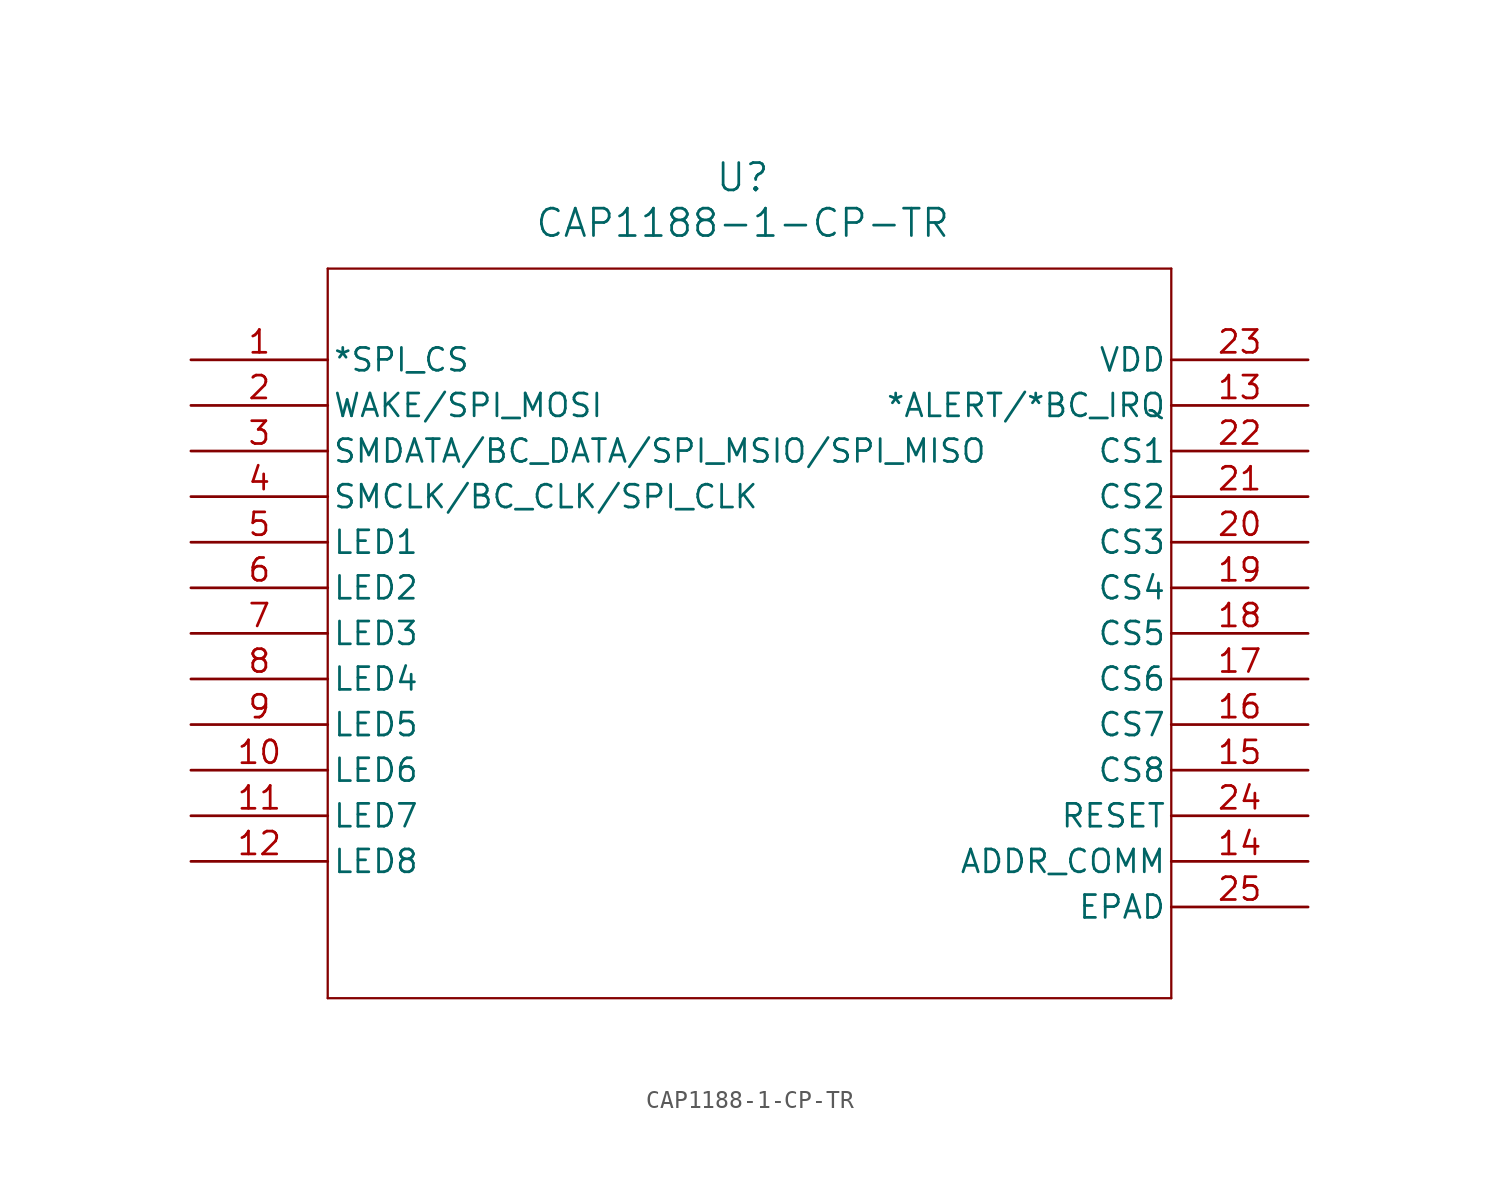
<source format=kicad_sym>
(kicad_symbol_lib
  (version 20231120)
  (generator "kicad_symbol_editor")
  (generator_version "8.0")
  (symbol "CAP1188-1-CP-TR"
    (pin_names
      (offset 0.254))
    (property "Reference" "U"
      (at 30.734 10.16 0)
      (effects (font (size 1.524 1.524))))
    (property "Value" "CAP1188-1-CP-TR"
      (at 30.734 7.62 0)
      (effects (font (size 1.524 1.524))))
    (property "ki_locked" ""
      (at 0 0 0)
      (effects (font (size 1.27 1.27))))
    (symbol "CAP1188-1-CP-TR_0_1"
      (polyline (pts (xy 7.62 -35.56) (xy 54.61 -35.56)) (stroke (width 0.127) (type default)) (fill (type none)))
      (polyline (pts (xy 7.62 5.08) (xy 7.62 -35.56)) (stroke (width 0.127) (type default)) (fill (type none)))
      (polyline (pts (xy 54.61 -35.56) (xy 54.61 5.08)) (stroke (width 0.127) (type default)) (fill (type none)))
      (polyline (pts (xy 54.61 5.08) (xy 7.62 5.08)) (stroke (width 0.127) (type default)) (fill (type none)))
      (pin input line (at 0 0 0) (length 7.62) (name "*SPI_CS" (effects (font (size 1.27 1.27)))) (number "1" (effects (font (size 1.27 1.27)))))
      (pin passive line (at 0 -22.86 0) (length 7.62) (name "LED6" (effects (font (size 1.27 1.27)))) (number "10" (effects (font (size 1.27 1.27)))))
      (pin passive line (at 0 -25.4 0) (length 7.62) (name "LED7" (effects (font (size 1.27 1.27)))) (number "11" (effects (font (size 1.27 1.27)))))
      (pin passive line (at 0 -27.94 0) (length 7.62) (name "LED8" (effects (font (size 1.27 1.27)))) (number "12" (effects (font (size 1.27 1.27)))))
      (pin passive line (at 62.23 -2.54 180) (length 7.62) (name "*ALERT/*BC_IRQ" (effects (font (size 1.27 1.27)))) (number "13" (effects (font (size 1.27 1.27)))))
      (pin input line (at 62.23 -27.94 180) (length 7.62) (name "ADDR_COMM" (effects (font (size 1.27 1.27)))) (number "14" (effects (font (size 1.27 1.27)))))
      (pin bidirectional line (at 62.23 -22.86 180) (length 7.62) (name "CS8" (effects (font (size 1.27 1.27)))) (number "15" (effects (font (size 1.27 1.27)))))
      (pin bidirectional line (at 62.23 -20.32 180) (length 7.62) (name "CS7" (effects (font (size 1.27 1.27)))) (number "16" (effects (font (size 1.27 1.27)))))
      (pin bidirectional line (at 62.23 -17.78 180) (length 7.62) (name "CS6" (effects (font (size 1.27 1.27)))) (number "17" (effects (font (size 1.27 1.27)))))
      (pin bidirectional line (at 62.23 -15.24 180) (length 7.62) (name "CS5" (effects (font (size 1.27 1.27)))) (number "18" (effects (font (size 1.27 1.27)))))
      (pin bidirectional line (at 62.23 -12.7 180) (length 7.62) (name "CS4" (effects (font (size 1.27 1.27)))) (number "19" (effects (font (size 1.27 1.27)))))
      (pin bidirectional line (at 0 -2.54 0) (length 7.62) (name "WAKE/SPI_MOSI" (effects (font (size 1.27 1.27)))) (number "2" (effects (font (size 1.27 1.27)))))
      (pin bidirectional line (at 62.23 -10.16 180) (length 7.62) (name "CS3" (effects (font (size 1.27 1.27)))) (number "20" (effects (font (size 1.27 1.27)))))
      (pin bidirectional line (at 62.23 -7.62 180) (length 7.62) (name "CS2" (effects (font (size 1.27 1.27)))) (number "21" (effects (font (size 1.27 1.27)))))
      (pin bidirectional line (at 62.23 -5.08 180) (length 7.62) (name "CS1" (effects (font (size 1.27 1.27)))) (number "22" (effects (font (size 1.27 1.27)))))
      (pin power_in line (at 62.23 0 180) (length 7.62) (name "VDD" (effects (font (size 1.27 1.27)))) (number "23" (effects (font (size 1.27 1.27)))))
      (pin input line (at 62.23 -25.4 180) (length 7.62) (name "RESET" (effects (font (size 1.27 1.27)))) (number "24" (effects (font (size 1.27 1.27)))))
      (pin passive line (at 62.23 -30.48 180) (length 7.62) (name "EPAD" (effects (font (size 1.27 1.27)))) (number "25" (effects (font (size 1.27 1.27)))))
      (pin bidirectional line (at 0 -5.08 0) (length 7.62) (name "SMDATA/BC_DATA/SPI_MSIO/SPI_MISO" (effects (font (size 1.27 1.27)))) (number "3" (effects (font (size 1.27 1.27)))))
      (pin input line (at 0 -7.62 0) (length 7.62) (name "SMCLK/BC_CLK/SPI_CLK" (effects (font (size 1.27 1.27)))) (number "4" (effects (font (size 1.27 1.27)))))
      (pin passive line (at 0 -10.16 0) (length 7.62) (name "LED1" (effects (font (size 1.27 1.27)))) (number "5" (effects (font (size 1.27 1.27)))))
      (pin passive line (at 0 -12.7 0) (length 7.62) (name "LED2" (effects (font (size 1.27 1.27)))) (number "6" (effects (font (size 1.27 1.27)))))
      (pin passive line (at 0 -15.24 0) (length 7.62) (name "LED3" (effects (font (size 1.27 1.27)))) (number "7" (effects (font (size 1.27 1.27)))))
      (pin passive line (at 0 -17.78 0) (length 7.62) (name "LED4" (effects (font (size 1.27 1.27)))) (number "8" (effects (font (size 1.27 1.27)))))
      (pin passive line (at 0 -20.32 0) (length 7.62) (name "LED5" (effects (font (size 1.27 1.27)))) (number "9" (effects (font (size 1.27 1.27))))))))
</source>
